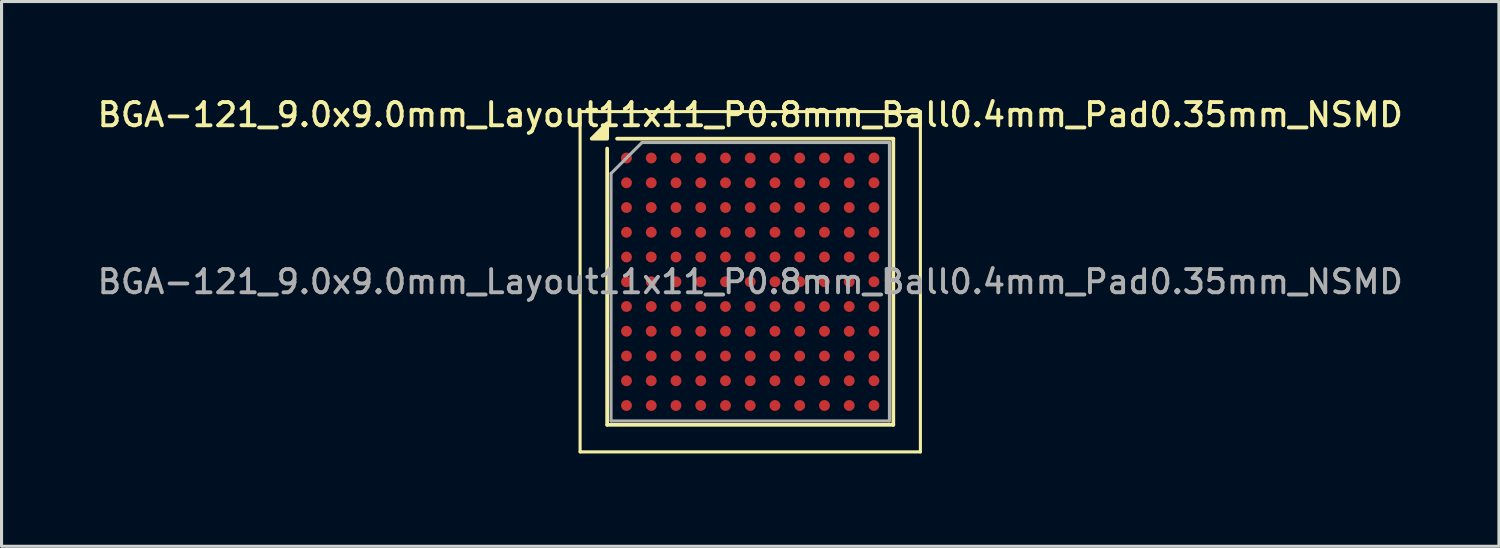
<source format=kicad_pcb>
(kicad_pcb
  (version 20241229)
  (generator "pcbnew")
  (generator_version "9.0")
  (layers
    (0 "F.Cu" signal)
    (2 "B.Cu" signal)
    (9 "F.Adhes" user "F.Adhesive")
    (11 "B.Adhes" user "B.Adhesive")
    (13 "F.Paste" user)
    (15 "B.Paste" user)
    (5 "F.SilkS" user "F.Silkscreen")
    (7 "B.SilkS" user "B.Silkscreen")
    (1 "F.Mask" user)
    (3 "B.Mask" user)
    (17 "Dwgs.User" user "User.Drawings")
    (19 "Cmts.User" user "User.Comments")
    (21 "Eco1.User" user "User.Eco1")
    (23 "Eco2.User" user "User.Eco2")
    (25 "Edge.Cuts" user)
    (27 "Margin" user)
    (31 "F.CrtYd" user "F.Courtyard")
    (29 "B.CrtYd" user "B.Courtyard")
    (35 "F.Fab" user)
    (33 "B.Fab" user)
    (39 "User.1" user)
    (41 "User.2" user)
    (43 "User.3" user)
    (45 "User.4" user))
  (footprint "BGA-121_9.0x9.0mm_Layout11x11_P0.8mm_Ball0.4mm_Pad0.35mm_NSMD"
    (layer "F.Cu")
    (at 21.202 6.058)
    (property "Reference" "BGA-121_9.0x9.0mm_Layout11x11_P0.8mm_Ball0.4mm_Pad0.35mm_NSMD" (at 0 -5.4 0) (layer "F.SilkS") (effects (font (size 0.75 0.75) (thickness 0.125))))
    (attr smd)
    (fp_line (start -5.5 -5.5) (end -5.5 5.5) (stroke (width 0.1) (type solid)) (layer "F.SilkS"))
    (fp_line (start -5.5 -5.5) (end 5.5 -5.5) (stroke (width 0.1) (type solid)) (layer "F.SilkS"))
    (fp_line (start -4.625 4.625) (end -4.625 -4.305) (stroke (width 0.12) (type solid)) (layer "F.SilkS"))
    (fp_line (start -4.625 4.625) (end 4.625 4.625) (stroke (width 0.12) (type solid)) (layer "F.SilkS"))
    (fp_line (start -4.305 -4.625) (end 4.625 -4.625) (stroke (width 0.12) (type solid)) (layer "F.SilkS"))
    (fp_line (start 4.625 -4.625) (end 4.625 4.625) (stroke (width 0.12) (type solid)) (layer "F.SilkS"))
    (fp_line (start 5.5 -5.5) (end 5.5 5.5) (stroke (width 0.1) (type solid)) (layer "F.SilkS"))
    (fp_line (start 5.5 5.5) (end -5.5 5.5) (stroke (width 0.1) (type solid)) (layer "F.SilkS"))
    (fp_poly (pts (xy -4.625 -4.625) (xy -5.125 -4.625) (xy -4.625 -5.125) (xy -4.625 -4.625)) (stroke (width 0.12) (type solid)) (fill yes) (layer "F.SilkS"))
    (fp_line (start -4.5 -3.5) (end -4.5 4.5) (stroke (width 0.1) (type solid)) (layer "F.Fab"))
    (fp_line (start -4.5 4.5) (end 4.5 4.5) (stroke (width 0.1) (type solid)) (layer "F.Fab"))
    (fp_line (start -3.5 -4.5) (end -4.5 -3.5) (stroke (width 0.1) (type solid)) (layer "F.Fab"))
    (fp_line (start -3.5 -4.5) (end 4.5 -4.5) (stroke (width 0.1) (type solid)) (layer "F.Fab"))
    (fp_line (start 4.5 4.5) (end 4.5 -4.5) (stroke (width 0.1) (type solid)) (layer "F.Fab"))
    (fp_text user "${REFERENCE}" (at 0 0 0) (layer "F.Fab") (effects (font (size 0.75 0.75) (thickness 0.125))))
    (pad "A1" smd circle (at -4 -4) (size 0.35 0.35) (property pad_prop_bga) (layers "F.Cu" "F.Mask" "F.Paste"))
    (pad "A2" smd circle (at -3.2 -4) (size 0.35 0.35) (property pad_prop_bga) (layers "F.Cu" "F.Mask" "F.Paste"))
    (pad "A3" smd circle (at -2.4 -4) (size 0.35 0.35) (property pad_prop_bga) (layers "F.Cu" "F.Mask" "F.Paste"))
    (pad "A4" smd circle (at -1.6 -4) (size 0.35 0.35) (property pad_prop_bga) (layers "F.Cu" "F.Mask" "F.Paste"))
    (pad "A5" smd circle (at -0.8 -4) (size 0.35 0.35) (property pad_prop_bga) (layers "F.Cu" "F.Mask" "F.Paste"))
    (pad "A6" smd circle (at 0 -4) (size 0.35 0.35) (property pad_prop_bga) (layers "F.Cu" "F.Mask" "F.Paste"))
    (pad "A7" smd circle (at 0.8 -4) (size 0.35 0.35) (property pad_prop_bga) (layers "F.Cu" "F.Mask" "F.Paste"))
    (pad "A8" smd circle (at 1.6 -4) (size 0.35 0.35) (property pad_prop_bga) (layers "F.Cu" "F.Mask" "F.Paste"))
    (pad "A9" smd circle (at 2.4 -4) (size 0.35 0.35) (property pad_prop_bga) (layers "F.Cu" "F.Mask" "F.Paste"))
    (pad "A10" smd circle (at 3.2 -4) (size 0.35 0.35) (property pad_prop_bga) (layers "F.Cu" "F.Mask" "F.Paste"))
    (pad "A11" smd circle (at 4 -4) (size 0.35 0.35) (property pad_prop_bga) (layers "F.Cu" "F.Mask" "F.Paste"))
    (pad "B1" smd circle (at -4 -3.2) (size 0.35 0.35) (property pad_prop_bga) (layers "F.Cu" "F.Mask" "F.Paste"))
    (pad "B2" smd circle (at -3.2 -3.2) (size 0.35 0.35) (property pad_prop_bga) (layers "F.Cu" "F.Mask" "F.Paste"))
    (pad "B3" smd circle (at -2.4 -3.2) (size 0.35 0.35) (property pad_prop_bga) (layers "F.Cu" "F.Mask" "F.Paste"))
    (pad "B4" smd circle (at -1.6 -3.2) (size 0.35 0.35) (property pad_prop_bga) (layers "F.Cu" "F.Mask" "F.Paste"))
    (pad "B5" smd circle (at -0.8 -3.2) (size 0.35 0.35) (property pad_prop_bga) (layers "F.Cu" "F.Mask" "F.Paste"))
    (pad "B6" smd circle (at 0 -3.2) (size 0.35 0.35) (property pad_prop_bga) (layers "F.Cu" "F.Mask" "F.Paste"))
    (pad "B7" smd circle (at 0.8 -3.2) (size 0.35 0.35) (property pad_prop_bga) (layers "F.Cu" "F.Mask" "F.Paste"))
    (pad "B8" smd circle (at 1.6 -3.2) (size 0.35 0.35) (property pad_prop_bga) (layers "F.Cu" "F.Mask" "F.Paste"))
    (pad "B9" smd circle (at 2.4 -3.2) (size 0.35 0.35) (property pad_prop_bga) (layers "F.Cu" "F.Mask" "F.Paste"))
    (pad "B10" smd circle (at 3.2 -3.2) (size 0.35 0.35) (property pad_prop_bga) (layers "F.Cu" "F.Mask" "F.Paste"))
    (pad "B11" smd circle (at 4 -3.2) (size 0.35 0.35) (property pad_prop_bga) (layers "F.Cu" "F.Mask" "F.Paste"))
    (pad "C1" smd circle (at -4 -2.4) (size 0.35 0.35) (property pad_prop_bga) (layers "F.Cu" "F.Mask" "F.Paste"))
    (pad "C2" smd circle (at -3.2 -2.4) (size 0.35 0.35) (property pad_prop_bga) (layers "F.Cu" "F.Mask" "F.Paste"))
    (pad "C3" smd circle (at -2.4 -2.4) (size 0.35 0.35) (property pad_prop_bga) (layers "F.Cu" "F.Mask" "F.Paste"))
    (pad "C4" smd circle (at -1.6 -2.4) (size 0.35 0.35) (property pad_prop_bga) (layers "F.Cu" "F.Mask" "F.Paste"))
    (pad "C5" smd circle (at -0.8 -2.4) (size 0.35 0.35) (property pad_prop_bga) (layers "F.Cu" "F.Mask" "F.Paste"))
    (pad "C6" smd circle (at 0 -2.4) (size 0.35 0.35) (property pad_prop_bga) (layers "F.Cu" "F.Mask" "F.Paste"))
    (pad "C7" smd circle (at 0.8 -2.4) (size 0.35 0.35) (property pad_prop_bga) (layers "F.Cu" "F.Mask" "F.Paste"))
    (pad "C8" smd circle (at 1.6 -2.4) (size 0.35 0.35) (property pad_prop_bga) (layers "F.Cu" "F.Mask" "F.Paste"))
    (pad "C9" smd circle (at 2.4 -2.4) (size 0.35 0.35) (property pad_prop_bga) (layers "F.Cu" "F.Mask" "F.Paste"))
    (pad "C10" smd circle (at 3.2 -2.4) (size 0.35 0.35) (property pad_prop_bga) (layers "F.Cu" "F.Mask" "F.Paste"))
    (pad "C11" smd circle (at 4 -2.4) (size 0.35 0.35) (property pad_prop_bga) (layers "F.Cu" "F.Mask" "F.Paste"))
    (pad "D1" smd circle (at -4 -1.6) (size 0.35 0.35) (property pad_prop_bga) (layers "F.Cu" "F.Mask" "F.Paste"))
    (pad "D2" smd circle (at -3.2 -1.6) (size 0.35 0.35) (property pad_prop_bga) (layers "F.Cu" "F.Mask" "F.Paste"))
    (pad "D3" smd circle (at -2.4 -1.6) (size 0.35 0.35) (property pad_prop_bga) (layers "F.Cu" "F.Mask" "F.Paste"))
    (pad "D4" smd circle (at -1.6 -1.6) (size 0.35 0.35) (property pad_prop_bga) (layers "F.Cu" "F.Mask" "F.Paste"))
    (pad "D5" smd circle (at -0.8 -1.6) (size 0.35 0.35) (property pad_prop_bga) (layers "F.Cu" "F.Mask" "F.Paste"))
    (pad "D6" smd circle (at 0 -1.6) (size 0.35 0.35) (property pad_prop_bga) (layers "F.Cu" "F.Mask" "F.Paste"))
    (pad "D7" smd circle (at 0.8 -1.6) (size 0.35 0.35) (property pad_prop_bga) (layers "F.Cu" "F.Mask" "F.Paste"))
    (pad "D8" smd circle (at 1.6 -1.6) (size 0.35 0.35) (property pad_prop_bga) (layers "F.Cu" "F.Mask" "F.Paste"))
    (pad "D9" smd circle (at 2.4 -1.6) (size 0.35 0.35) (property pad_prop_bga) (layers "F.Cu" "F.Mask" "F.Paste"))
    (pad "D10" smd circle (at 3.2 -1.6) (size 0.35 0.35) (property pad_prop_bga) (layers "F.Cu" "F.Mask" "F.Paste"))
    (pad "D11" smd circle (at 4 -1.6) (size 0.35 0.35) (property pad_prop_bga) (layers "F.Cu" "F.Mask" "F.Paste"))
    (pad "E1" smd circle (at -4 -0.8) (size 0.35 0.35) (property pad_prop_bga) (layers "F.Cu" "F.Mask" "F.Paste"))
    (pad "E2" smd circle (at -3.2 -0.8) (size 0.35 0.35) (property pad_prop_bga) (layers "F.Cu" "F.Mask" "F.Paste"))
    (pad "E3" smd circle (at -2.4 -0.8) (size 0.35 0.35) (property pad_prop_bga) (layers "F.Cu" "F.Mask" "F.Paste"))
    (pad "E4" smd circle (at -1.6 -0.8) (size 0.35 0.35) (property pad_prop_bga) (layers "F.Cu" "F.Mask" "F.Paste"))
    (pad "E5" smd circle (at -0.8 -0.8) (size 0.35 0.35) (property pad_prop_bga) (layers "F.Cu" "F.Mask" "F.Paste"))
    (pad "E6" smd circle (at 0 -0.8) (size 0.35 0.35) (property pad_prop_bga) (layers "F.Cu" "F.Mask" "F.Paste"))
    (pad "E7" smd circle (at 0.8 -0.8) (size 0.35 0.35) (property pad_prop_bga) (layers "F.Cu" "F.Mask" "F.Paste"))
    (pad "E8" smd circle (at 1.6 -0.8) (size 0.35 0.35) (property pad_prop_bga) (layers "F.Cu" "F.Mask" "F.Paste"))
    (pad "E9" smd circle (at 2.4 -0.8) (size 0.35 0.35) (property pad_prop_bga) (layers "F.Cu" "F.Mask" "F.Paste"))
    (pad "E10" smd circle (at 3.2 -0.8) (size 0.35 0.35) (property pad_prop_bga) (layers "F.Cu" "F.Mask" "F.Paste"))
    (pad "E11" smd circle (at 4 -0.8) (size 0.35 0.35) (property pad_prop_bga) (layers "F.Cu" "F.Mask" "F.Paste"))
    (pad "F1" smd circle (at -4 0) (size 0.35 0.35) (property pad_prop_bga) (layers "F.Cu" "F.Mask" "F.Paste"))
    (pad "F2" smd circle (at -3.2 0) (size 0.35 0.35) (property pad_prop_bga) (layers "F.Cu" "F.Mask" "F.Paste"))
    (pad "F3" smd circle (at -2.4 0) (size 0.35 0.35) (property pad_prop_bga) (layers "F.Cu" "F.Mask" "F.Paste"))
    (pad "F4" smd circle (at -1.6 0) (size 0.35 0.35) (property pad_prop_bga) (layers "F.Cu" "F.Mask" "F.Paste"))
    (pad "F5" smd circle (at -0.8 0) (size 0.35 0.35) (property pad_prop_bga) (layers "F.Cu" "F.Mask" "F.Paste"))
    (pad "F6" smd circle (at 0 0) (size 0.35 0.35) (property pad_prop_bga) (layers "F.Cu" "F.Mask" "F.Paste"))
    (pad "F7" smd circle (at 0.8 0) (size 0.35 0.35) (property pad_prop_bga) (layers "F.Cu" "F.Mask" "F.Paste"))
    (pad "F8" smd circle (at 1.6 0) (size 0.35 0.35) (property pad_prop_bga) (layers "F.Cu" "F.Mask" "F.Paste"))
    (pad "F9" smd circle (at 2.4 0) (size 0.35 0.35) (property pad_prop_bga) (layers "F.Cu" "F.Mask" "F.Paste"))
    (pad "F10" smd circle (at 3.2 0) (size 0.35 0.35) (property pad_prop_bga) (layers "F.Cu" "F.Mask" "F.Paste"))
    (pad "F11" smd circle (at 4 0) (size 0.35 0.35) (property pad_prop_bga) (layers "F.Cu" "F.Mask" "F.Paste"))
    (pad "G1" smd circle (at -4 0.8) (size 0.35 0.35) (property pad_prop_bga) (layers "F.Cu" "F.Mask" "F.Paste"))
    (pad "G2" smd circle (at -3.2 0.8) (size 0.35 0.35) (property pad_prop_bga) (layers "F.Cu" "F.Mask" "F.Paste"))
    (pad "G3" smd circle (at -2.4 0.8) (size 0.35 0.35) (property pad_prop_bga) (layers "F.Cu" "F.Mask" "F.Paste"))
    (pad "G4" smd circle (at -1.6 0.8) (size 0.35 0.35) (property pad_prop_bga) (layers "F.Cu" "F.Mask" "F.Paste"))
    (pad "G5" smd circle (at -0.8 0.8) (size 0.35 0.35) (property pad_prop_bga) (layers "F.Cu" "F.Mask" "F.Paste"))
    (pad "G6" smd circle (at 0 0.8) (size 0.35 0.35) (property pad_prop_bga) (layers "F.Cu" "F.Mask" "F.Paste"))
    (pad "G7" smd circle (at 0.8 0.8) (size 0.35 0.35) (property pad_prop_bga) (layers "F.Cu" "F.Mask" "F.Paste"))
    (pad "G8" smd circle (at 1.6 0.8) (size 0.35 0.35) (property pad_prop_bga) (layers "F.Cu" "F.Mask" "F.Paste"))
    (pad "G9" smd circle (at 2.4 0.8) (size 0.35 0.35) (property pad_prop_bga) (layers "F.Cu" "F.Mask" "F.Paste"))
    (pad "G10" smd circle (at 3.2 0.8) (size 0.35 0.35) (property pad_prop_bga) (layers "F.Cu" "F.Mask" "F.Paste"))
    (pad "G11" smd circle (at 4 0.8) (size 0.35 0.35) (property pad_prop_bga) (layers "F.Cu" "F.Mask" "F.Paste"))
    (pad "H1" smd circle (at -4 1.6) (size 0.35 0.35) (property pad_prop_bga) (layers "F.Cu" "F.Mask" "F.Paste"))
    (pad "H2" smd circle (at -3.2 1.6) (size 0.35 0.35) (property pad_prop_bga) (layers "F.Cu" "F.Mask" "F.Paste"))
    (pad "H3" smd circle (at -2.4 1.6) (size 0.35 0.35) (property pad_prop_bga) (layers "F.Cu" "F.Mask" "F.Paste"))
    (pad "H4" smd circle (at -1.6 1.6) (size 0.35 0.35) (property pad_prop_bga) (layers "F.Cu" "F.Mask" "F.Paste"))
    (pad "H5" smd circle (at -0.8 1.6) (size 0.35 0.35) (property pad_prop_bga) (layers "F.Cu" "F.Mask" "F.Paste"))
    (pad "H6" smd circle (at 0 1.6) (size 0.35 0.35) (property pad_prop_bga) (layers "F.Cu" "F.Mask" "F.Paste"))
    (pad "H7" smd circle (at 0.8 1.6) (size 0.35 0.35) (property pad_prop_bga) (layers "F.Cu" "F.Mask" "F.Paste"))
    (pad "H8" smd circle (at 1.6 1.6) (size 0.35 0.35) (property pad_prop_bga) (layers "F.Cu" "F.Mask" "F.Paste"))
    (pad "H9" smd circle (at 2.4 1.6) (size 0.35 0.35) (property pad_prop_bga) (layers "F.Cu" "F.Mask" "F.Paste"))
    (pad "H10" smd circle (at 3.2 1.6) (size 0.35 0.35) (property pad_prop_bga) (layers "F.Cu" "F.Mask" "F.Paste"))
    (pad "H11" smd circle (at 4 1.6) (size 0.35 0.35) (property pad_prop_bga) (layers "F.Cu" "F.Mask" "F.Paste"))
    (pad "J1" smd circle (at -4 2.4) (size 0.35 0.35) (property pad_prop_bga) (layers "F.Cu" "F.Mask" "F.Paste"))
    (pad "J2" smd circle (at -3.2 2.4) (size 0.35 0.35) (property pad_prop_bga) (layers "F.Cu" "F.Mask" "F.Paste"))
    (pad "J3" smd circle (at -2.4 2.4) (size 0.35 0.35) (property pad_prop_bga) (layers "F.Cu" "F.Mask" "F.Paste"))
    (pad "J4" smd circle (at -1.6 2.4) (size 0.35 0.35) (property pad_prop_bga) (layers "F.Cu" "F.Mask" "F.Paste"))
    (pad "J5" smd circle (at -0.8 2.4) (size 0.35 0.35) (property pad_prop_bga) (layers "F.Cu" "F.Mask" "F.Paste"))
    (pad "J6" smd circle (at 0 2.4) (size 0.35 0.35) (property pad_prop_bga) (layers "F.Cu" "F.Mask" "F.Paste"))
    (pad "J7" smd circle (at 0.8 2.4) (size 0.35 0.35) (property pad_prop_bga) (layers "F.Cu" "F.Mask" "F.Paste"))
    (pad "J8" smd circle (at 1.6 2.4) (size 0.35 0.35) (property pad_prop_bga) (layers "F.Cu" "F.Mask" "F.Paste"))
    (pad "J9" smd circle (at 2.4 2.4) (size 0.35 0.35) (property pad_prop_bga) (layers "F.Cu" "F.Mask" "F.Paste"))
    (pad "J10" smd circle (at 3.2 2.4) (size 0.35 0.35) (property pad_prop_bga) (layers "F.Cu" "F.Mask" "F.Paste"))
    (pad "J11" smd circle (at 4 2.4) (size 0.35 0.35) (property pad_prop_bga) (layers "F.Cu" "F.Mask" "F.Paste"))
    (pad "K1" smd circle (at -4 3.2) (size 0.35 0.35) (property pad_prop_bga) (layers "F.Cu" "F.Mask" "F.Paste"))
    (pad "K2" smd circle (at -3.2 3.2) (size 0.35 0.35) (property pad_prop_bga) (layers "F.Cu" "F.Mask" "F.Paste"))
    (pad "K3" smd circle (at -2.4 3.2) (size 0.35 0.35) (property pad_prop_bga) (layers "F.Cu" "F.Mask" "F.Paste"))
    (pad "K4" smd circle (at -1.6 3.2) (size 0.35 0.35) (property pad_prop_bga) (layers "F.Cu" "F.Mask" "F.Paste"))
    (pad "K5" smd circle (at -0.8 3.2) (size 0.35 0.35) (property pad_prop_bga) (layers "F.Cu" "F.Mask" "F.Paste"))
    (pad "K6" smd circle (at 0 3.2) (size 0.35 0.35) (property pad_prop_bga) (layers "F.Cu" "F.Mask" "F.Paste"))
    (pad "K7" smd circle (at 0.8 3.2) (size 0.35 0.35) (property pad_prop_bga) (layers "F.Cu" "F.Mask" "F.Paste"))
    (pad "K8" smd circle (at 1.6 3.2) (size 0.35 0.35) (property pad_prop_bga) (layers "F.Cu" "F.Mask" "F.Paste"))
    (pad "K9" smd circle (at 2.4 3.2) (size 0.35 0.35) (property pad_prop_bga) (layers "F.Cu" "F.Mask" "F.Paste"))
    (pad "K10" smd circle (at 3.2 3.2) (size 0.35 0.35) (property pad_prop_bga) (layers "F.Cu" "F.Mask" "F.Paste"))
    (pad "K11" smd circle (at 4 3.2) (size 0.35 0.35) (property pad_prop_bga) (layers "F.Cu" "F.Mask" "F.Paste"))
    (pad "L1" smd circle (at -4 4) (size 0.35 0.35) (property pad_prop_bga) (layers "F.Cu" "F.Mask" "F.Paste"))
    (pad "L2" smd circle (at -3.2 4) (size 0.35 0.35) (property pad_prop_bga) (layers "F.Cu" "F.Mask" "F.Paste"))
    (pad "L3" smd circle (at -2.4 4) (size 0.35 0.35) (property pad_prop_bga) (layers "F.Cu" "F.Mask" "F.Paste"))
    (pad "L4" smd circle (at -1.6 4) (size 0.35 0.35) (property pad_prop_bga) (layers "F.Cu" "F.Mask" "F.Paste"))
    (pad "L5" smd circle (at -0.8 4) (size 0.35 0.35) (property pad_prop_bga) (layers "F.Cu" "F.Mask" "F.Paste"))
    (pad "L6" smd circle (at 0 4) (size 0.35 0.35) (property pad_prop_bga) (layers "F.Cu" "F.Mask" "F.Paste"))
    (pad "L7" smd circle (at 0.8 4) (size 0.35 0.35) (property pad_prop_bga) (layers "F.Cu" "F.Mask" "F.Paste"))
    (pad "L8" smd circle (at 1.6 4) (size 0.35 0.35) (property pad_prop_bga) (layers "F.Cu" "F.Mask" "F.Paste"))
    (pad "L9" smd circle (at 2.4 4) (size 0.35 0.35) (property pad_prop_bga) (layers "F.Cu" "F.Mask" "F.Paste"))
    (pad "L10" smd circle (at 3.2 4) (size 0.35 0.35) (property pad_prop_bga) (layers "F.Cu" "F.Mask" "F.Paste"))
    (pad "L11" smd circle (at 4 4) (size 0.35 0.35) (property pad_prop_bga) (layers "F.Cu" "F.Mask" "F.Paste")))
  (gr_rect
    (start -3 -3)
    (end 45.404 14.608)
    (stroke (width 0.1) (type default))
    (fill no)
    (layer "Edge.Cuts")))
</source>
